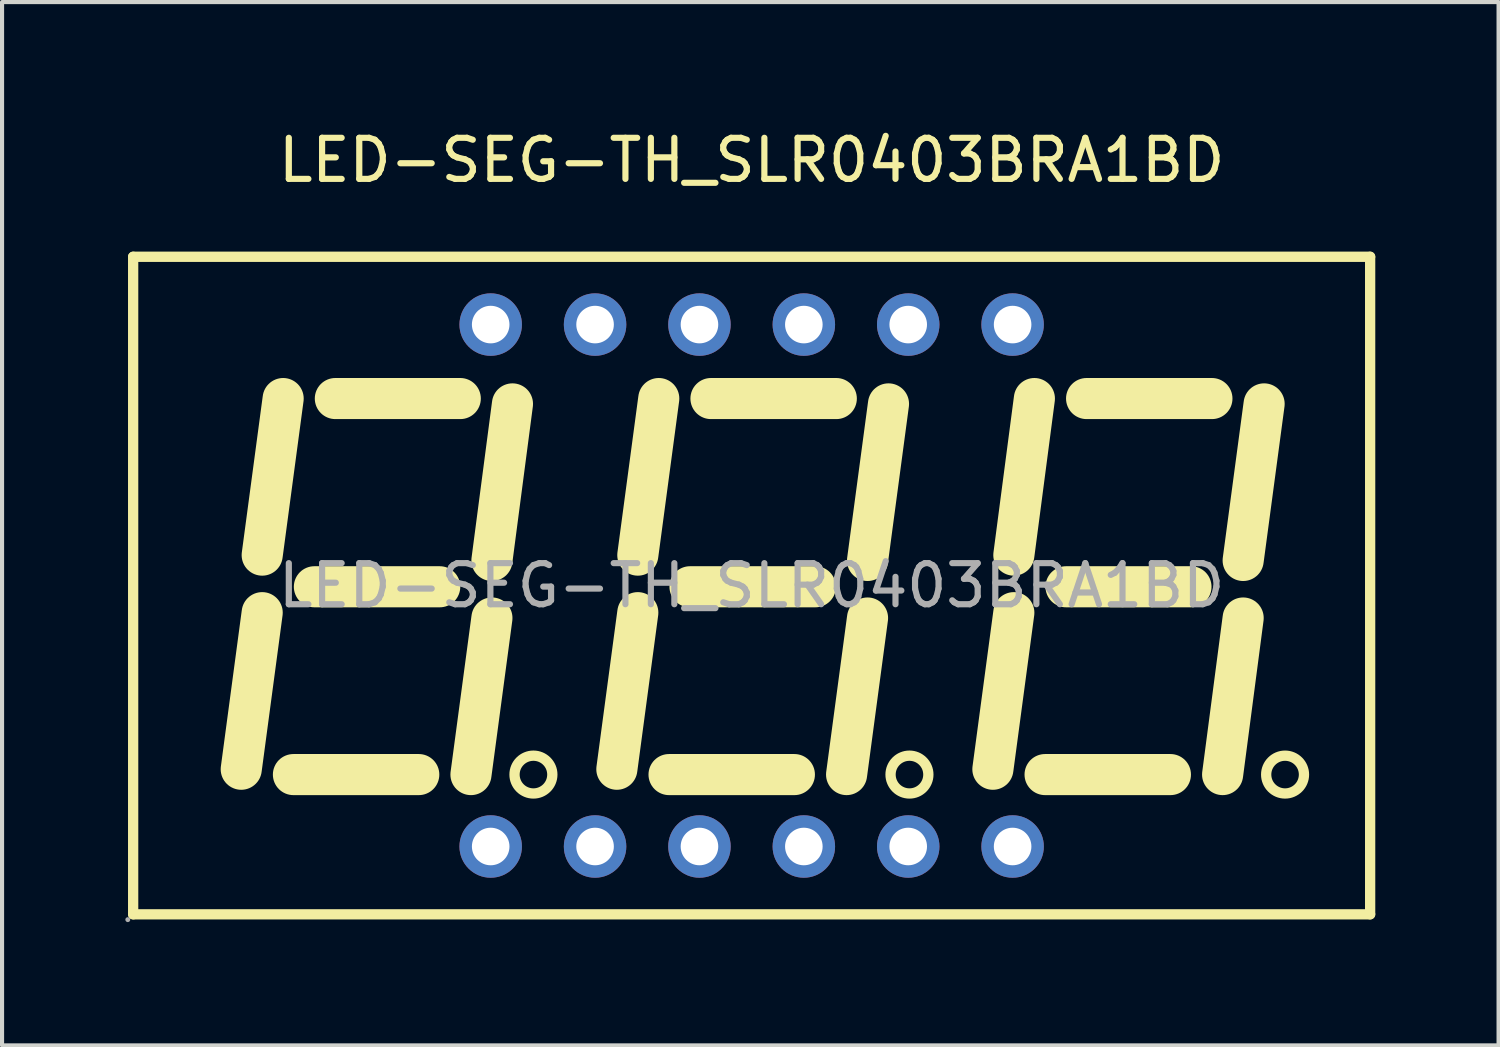
<source format=kicad_pcb>
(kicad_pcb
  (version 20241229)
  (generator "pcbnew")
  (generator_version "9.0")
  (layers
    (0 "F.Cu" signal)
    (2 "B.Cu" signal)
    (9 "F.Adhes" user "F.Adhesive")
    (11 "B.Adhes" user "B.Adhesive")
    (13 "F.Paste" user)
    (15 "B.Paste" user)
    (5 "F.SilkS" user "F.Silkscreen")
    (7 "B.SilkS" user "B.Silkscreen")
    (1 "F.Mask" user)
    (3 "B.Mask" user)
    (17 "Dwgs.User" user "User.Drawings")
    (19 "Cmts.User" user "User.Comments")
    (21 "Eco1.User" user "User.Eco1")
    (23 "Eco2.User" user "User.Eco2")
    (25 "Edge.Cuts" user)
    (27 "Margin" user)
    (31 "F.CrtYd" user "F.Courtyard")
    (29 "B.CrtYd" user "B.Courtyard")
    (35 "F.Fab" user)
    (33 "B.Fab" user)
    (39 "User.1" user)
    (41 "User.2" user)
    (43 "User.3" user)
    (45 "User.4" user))
  (footprint "LED-SEG-TH_SLR0403BRA1BD"
    (layer "F.Cu")
    (at 15.24 11.198)
    (property "Reference" "LED-SEG-TH_SLR0403BRA1BD" (at 0 -10.35 0) (layer "F.SilkS") (effects (font (size 1 1) (thickness 0.15))))
    (attr through_hole)
    (fp_line (start -15.05 -8) (end 15.05 -8) (stroke (width 0.25) (type solid)) (layer "F.SilkS"))
    (fp_line (start -15.05 8) (end -15.05 -8) (stroke (width 0.25) (type solid)) (layer "F.SilkS"))
    (fp_line (start -11.91 0.66) (end -12.42 4.47) (stroke (width 1) (type solid)) (layer "F.SilkS"))
    (fp_line (start -11.4 -4.55) (end -11.91 -0.74) (stroke (width 1) (type solid)) (layer "F.SilkS"))
    (fp_line (start -11.15 4.6) (end -8.1 4.6) (stroke (width 1) (type solid)) (layer "F.SilkS"))
    (fp_line (start -10.64 0.03) (end -7.59 0.03) (stroke (width 1) (type solid)) (layer "F.SilkS"))
    (fp_line (start -10.13 -4.55) (end -7.09 -4.55) (stroke (width 1) (type solid)) (layer "F.SilkS"))
    (fp_line (start -6.32 0.79) (end -6.83 4.6) (stroke (width 1) (type solid)) (layer "F.SilkS"))
    (fp_line (start -5.82 -4.42) (end -6.32 -0.61) (stroke (width 1) (type solid)) (layer "F.SilkS"))
    (fp_line (start -2.77 0.66) (end -3.28 4.47) (stroke (width 1) (type solid)) (layer "F.SilkS"))
    (fp_line (start -2.26 -4.55) (end -2.77 -0.74) (stroke (width 1) (type solid)) (layer "F.SilkS"))
    (fp_line (start -2.01 4.6) (end 1.04 4.6) (stroke (width 1) (type solid)) (layer "F.SilkS"))
    (fp_line (start -1.5 0.03) (end 1.55 0.03) (stroke (width 1) (type solid)) (layer "F.SilkS"))
    (fp_line (start -0.99 -4.55) (end 2.06 -4.55) (stroke (width 1) (type solid)) (layer "F.SilkS"))
    (fp_line (start 2.82 0.79) (end 2.31 4.6) (stroke (width 1) (type solid)) (layer "F.SilkS"))
    (fp_line (start 3.33 -4.42) (end 2.82 -0.61) (stroke (width 1) (type solid)) (layer "F.SilkS"))
    (fp_line (start 6.38 0.66) (end 5.87 4.47) (stroke (width 1) (type solid)) (layer "F.SilkS"))
    (fp_line (start 6.88 -4.55) (end 6.38 -0.74) (stroke (width 1) (type solid)) (layer "F.SilkS"))
    (fp_line (start 7.14 4.6) (end 10.19 4.6) (stroke (width 1) (type solid)) (layer "F.SilkS"))
    (fp_line (start 7.65 0.03) (end 10.69 0.03) (stroke (width 1) (type solid)) (layer "F.SilkS"))
    (fp_line (start 8.15 -4.55) (end 11.2 -4.55) (stroke (width 1) (type solid)) (layer "F.SilkS"))
    (fp_line (start 11.96 0.79) (end 11.46 4.6) (stroke (width 1) (type solid)) (layer "F.SilkS"))
    (fp_line (start 12.47 -4.42) (end 11.96 -0.61) (stroke (width 1) (type solid)) (layer "F.SilkS"))
    (fp_line (start 15.05 -8) (end 15.05 8) (stroke (width 0.25) (type solid)) (layer "F.SilkS"))
    (fp_line (start 15.05 8) (end -15.05 8) (stroke (width 0.25) (type solid)) (layer "F.SilkS"))
    (fp_circle (center -5.31 4.6) (end -4.85 4.6) (stroke (width 0.25) (type solid)) (fill no) (layer "F.SilkS"))
    (fp_circle (center 3.84 4.6) (end 4.3 4.6) (stroke (width 0.25) (type solid)) (fill no) (layer "F.SilkS"))
    (fp_circle (center 12.98 4.6) (end 13.44 4.6) (stroke (width 0.25) (type solid)) (fill no) (layer "F.SilkS"))
    (fp_circle (center -15.18 8.13) (end -15.15 8.13) (stroke (width 0.06) (type solid)) (fill no) (layer "F.Fab"))
    (fp_circle (center -6.35 -6.35) (end -6.17 -6.35) (stroke (width 0.36) (type solid)) (fill no) (layer "F.Fab"))
    (fp_circle (center -6.35 6.35) (end -6.17 6.35) (stroke (width 0.36) (type solid)) (fill no) (layer "F.Fab"))
    (fp_circle (center -3.81 -6.35) (end -3.63 -6.35) (stroke (width 0.36) (type solid)) (fill no) (layer "F.Fab"))
    (fp_circle (center -3.81 6.35) (end -3.63 6.35) (stroke (width 0.36) (type solid)) (fill no) (layer "F.Fab"))
    (fp_circle (center -1.27 -6.35) (end -1.09 -6.35) (stroke (width 0.36) (type solid)) (fill no) (layer "F.Fab"))
    (fp_circle (center -1.27 6.35) (end -1.09 6.35) (stroke (width 0.36) (type solid)) (fill no) (layer "F.Fab"))
    (fp_circle (center 1.27 -6.35) (end 1.45 -6.35) (stroke (width 0.36) (type solid)) (fill no) (layer "F.Fab"))
    (fp_circle (center 1.27 6.35) (end 1.45 6.35) (stroke (width 0.36) (type solid)) (fill no) (layer "F.Fab"))
    (fp_circle (center 3.81 -6.35) (end 3.99 -6.35) (stroke (width 0.36) (type solid)) (fill no) (layer "F.Fab"))
    (fp_circle (center 3.81 6.35) (end 3.99 6.35) (stroke (width 0.36) (type solid)) (fill no) (layer "F.Fab"))
    (fp_circle (center 6.35 -6.35) (end 6.53 -6.35) (stroke (width 0.36) (type solid)) (fill no) (layer "F.Fab"))
    (fp_circle (center 6.35 6.35) (end 6.53 6.35) (stroke (width 0.36) (type solid)) (fill no) (layer "F.Fab"))
    (fp_text user "${REFERENCE}" (at 0 0 0) (layer "F.Fab") (effects (font (size 1 1) (thickness 0.15))))
    (pad "1" thru_hole circle (at -6.35 6.35) (size 1.52 1.52) (drill 0.914) (layers "*.Cu" "*.Mask"))
    (pad "2" thru_hole circle (at -3.81 6.35) (size 1.52 1.52) (drill 0.914) (layers "*.Cu" "*.Mask"))
    (pad "3" thru_hole circle (at -1.27 6.35) (size 1.52 1.52) (drill 0.914) (layers "*.Cu" "*.Mask"))
    (pad "4" thru_hole circle (at 1.27 6.35) (size 1.52 1.52) (drill 0.914) (layers "*.Cu" "*.Mask"))
    (pad "5" thru_hole circle (at 3.81 6.35) (size 1.52 1.52) (drill 0.914) (layers "*.Cu" "*.Mask"))
    (pad "6" thru_hole circle (at 6.35 6.35) (size 1.52 1.52) (drill 0.914) (layers "*.Cu" "*.Mask"))
    (pad "7" thru_hole circle (at 6.35 -6.35) (size 1.52 1.52) (drill 0.914) (layers "*.Cu" "*.Mask"))
    (pad "8" thru_hole circle (at 3.81 -6.35) (size 1.52 1.52) (drill 0.914) (layers "*.Cu" "*.Mask"))
    (pad "9" thru_hole circle (at 1.27 -6.35) (size 1.52 1.52) (drill 0.914) (layers "*.Cu" "*.Mask"))
    (pad "10" thru_hole circle (at -1.27 -6.35) (size 1.52 1.52) (drill 0.914) (layers "*.Cu" "*.Mask"))
    (pad "11" thru_hole circle (at -3.81 -6.35) (size 1.52 1.52) (drill 0.914) (layers "*.Cu" "*.Mask"))
    (pad "12" thru_hole circle (at -6.35 -6.35) (size 1.52 1.52) (drill 0.914) (layers "*.Cu" "*.Mask")))
  (gr_rect
    (start -3 -3)
    (end 33.415 22.388)
    (stroke (width 0.1) (type default))
    (fill no)
    (layer "Edge.Cuts")))
</source>
